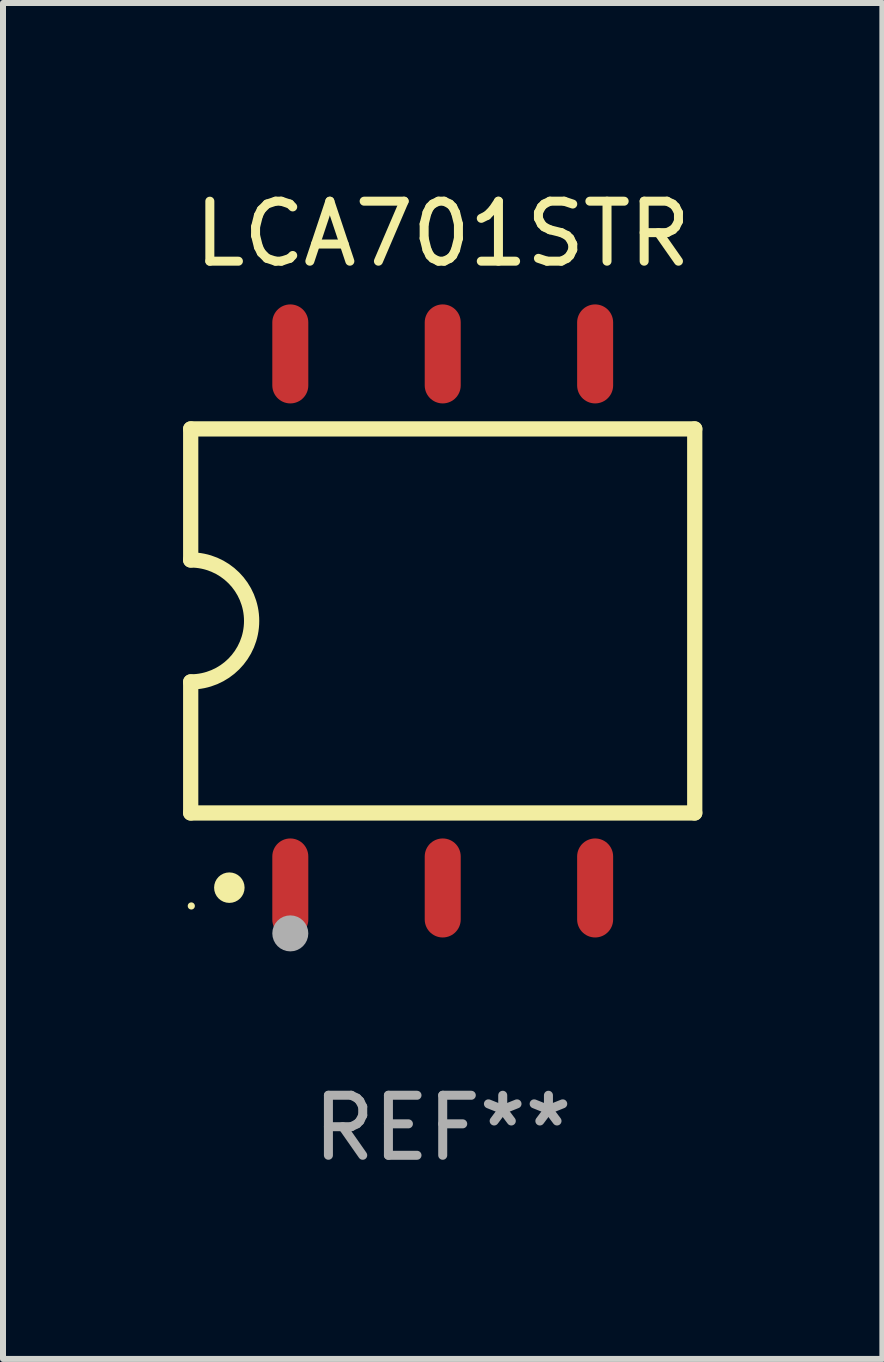
<source format=kicad_pcb>
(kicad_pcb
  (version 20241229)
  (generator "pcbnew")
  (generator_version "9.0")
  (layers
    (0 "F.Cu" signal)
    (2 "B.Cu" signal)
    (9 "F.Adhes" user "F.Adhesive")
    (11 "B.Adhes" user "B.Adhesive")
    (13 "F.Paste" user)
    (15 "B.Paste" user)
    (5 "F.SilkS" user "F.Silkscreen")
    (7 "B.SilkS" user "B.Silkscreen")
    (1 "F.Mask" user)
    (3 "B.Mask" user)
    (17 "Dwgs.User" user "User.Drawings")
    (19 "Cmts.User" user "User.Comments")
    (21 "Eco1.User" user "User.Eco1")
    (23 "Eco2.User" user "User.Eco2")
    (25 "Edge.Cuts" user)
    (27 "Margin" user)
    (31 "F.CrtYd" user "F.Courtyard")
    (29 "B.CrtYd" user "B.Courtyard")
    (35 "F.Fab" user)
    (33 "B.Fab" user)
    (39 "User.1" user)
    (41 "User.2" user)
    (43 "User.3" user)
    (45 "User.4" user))
  (footprint "LCA701STR"
    (layer "F.Cu")
    (at 4.328 7.298)
    (property "Reference" "LCA701STR" (at 0 -6.45 0) (layer "F.SilkS") (effects (font (size 1 1) (thickness 0.15))))
    (attr through_hole)
    (fp_line (start -4.2 -3.2) (end -4.2 -1.016) (stroke (width 0.254) (type solid)) (layer "F.SilkS"))
    (fp_line (start -4.2 -3.2) (end 4.2 -3.2) (stroke (width 0.254) (type solid)) (layer "F.SilkS"))
    (fp_line (start -4.2 3.2) (end -4.2 1.016) (stroke (width 0.254) (type solid)) (layer "F.SilkS"))
    (fp_line (start 4.2 -3.2) (end 4.2 3.2) (stroke (width 0.254) (type solid)) (layer "F.SilkS"))
    (fp_line (start 4.2 3.2) (end -4.2 3.2) (stroke (width 0.254) (type solid)) (layer "F.SilkS"))
    (fp_arc (start -4.201169 -1.016003) (mid -3.185166 -0.000585) (end -4.2 1.016002) (stroke (width 0.254001) (type solid)) (layer "F.SilkS"))
    (fp_circle (center -4.19 4.75) (end -4.16 4.75) (stroke (width 0.06) (type solid)) (fill no) (layer "F.SilkS"))
    (fp_circle (center -3.556 4.445) (end -3.429 4.445) (stroke (width 0.254) (type solid)) (fill no) (layer "F.SilkS"))
    (fp_circle (center -2.54 5.207) (end -2.39 5.207) (stroke (width 0.3) (type solid)) (fill no) (layer "F.Fab"))
    (fp_text user "REF**" (at 0 8.45 0) (layer "F.Fab") (effects (font (size 1 1) (thickness 0.15))))
    (pad "1" smd oval (at -2.54 4.45 90) (size 1.65 0.6) (layers "F.Cu" "F.Mask" "F.Paste"))
    (pad "2" smd oval (at 0 4.45 90) (size 1.65 0.6) (layers "F.Cu" "F.Mask" "F.Paste"))
    (pad "3" smd oval (at 2.54 4.45 90) (size 1.65 0.6) (layers "F.Cu" "F.Mask" "F.Paste"))
    (pad "4" smd oval (at 2.54 -4.45 90) (size 1.65 0.6) (layers "F.Cu" "F.Mask" "F.Paste"))
    (pad "5" smd oval (at 0 -4.45 90) (size 1.65 0.6) (layers "F.Cu" "F.Mask" "F.Paste"))
    (pad "6" smd oval (at -2.54 -4.45 90) (size 1.65 0.6) (layers "F.Cu" "F.Mask" "F.Paste")))
  (gr_rect
    (start -3 -3)
    (end 11.655 19.597)
    (stroke (width 0.1) (type default))
    (fill no)
    (layer "Edge.Cuts")))
</source>
